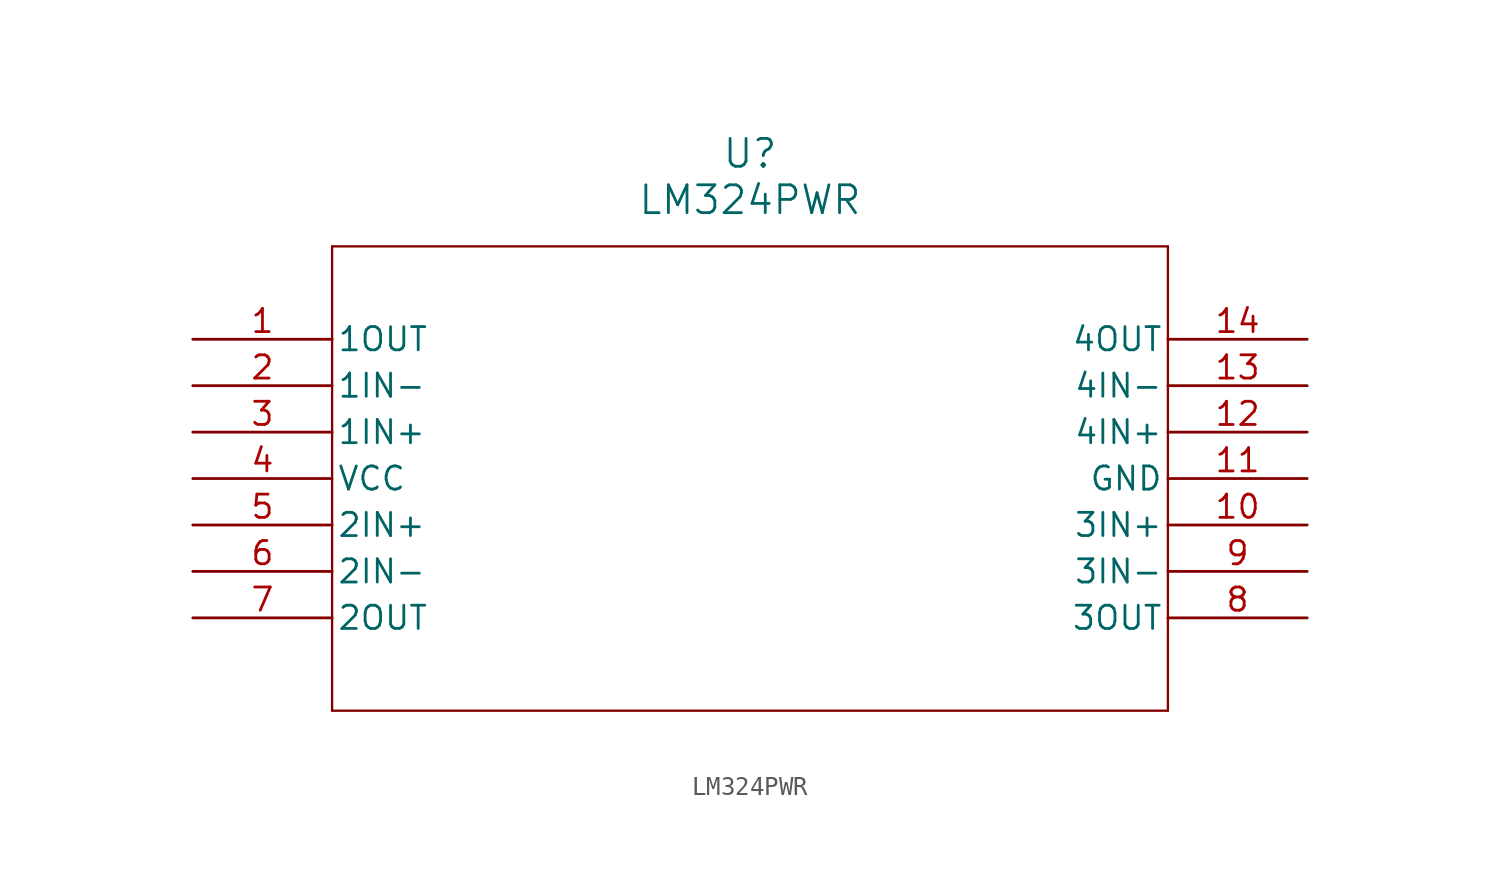
<source format=kicad_sym>
(kicad_symbol_lib
  (version 20211014)
  (generator kicad_symbol_editor)
  (symbol "LM324PWR"
    (pin_names
      (offset 0.254))
    (property "Reference" "U"
      (at 30.48 10.16 0)
      (effects (font (size 1.524 1.524))))
    (property "Value" "LM324PWR"
      (at 30.48 7.62 0)
      (effects (font (size 1.524 1.524))))
    (symbol "LM324PWR_0_1"
      (polyline (pts (xy 7.62 5.08) (xy 7.62 -20.32)) (stroke (width 0.127) (type default) (color 0 0 0 0)) (fill (type none)))
      (polyline (pts (xy 7.62 -20.32) (xy 53.34 -20.32)) (stroke (width 0.127) (type default) (color 0 0 0 0)) (fill (type none)))
      (polyline (pts (xy 53.34 -20.32) (xy 53.34 5.08)) (stroke (width 0.127) (type default) (color 0 0 0 0)) (fill (type none)))
      (polyline (pts (xy 53.34 5.08) (xy 7.62 5.08)) (stroke (width 0.127) (type default) (color 0 0 0 0)) (fill (type none)))
      (pin output line (at 0 0 0) (length 7.62) (name "1OUT" (effects (font (size 1.27 1.27)))) (number "1" (effects (font (size 1.27 1.27)))))
      (pin input line (at 0 -2.54 0) (length 7.62) (name "1IN-" (effects (font (size 1.27 1.27)))) (number "2" (effects (font (size 1.27 1.27)))))
      (pin input line (at 0 -5.08 0) (length 7.62) (name "1IN+" (effects (font (size 1.27 1.27)))) (number "3" (effects (font (size 1.27 1.27)))))
      (pin power_in line (at 0 -7.62 0) (length 7.62) (name "VCC" (effects (font (size 1.27 1.27)))) (number "4" (effects (font (size 1.27 1.27)))))
      (pin input line (at 0 -10.16 0) (length 7.62) (name "2IN+" (effects (font (size 1.27 1.27)))) (number "5" (effects (font (size 1.27 1.27)))))
      (pin input line (at 0 -12.7 0) (length 7.62) (name "2IN-" (effects (font (size 1.27 1.27)))) (number "6" (effects (font (size 1.27 1.27)))))
      (pin output line (at 0 -15.24 0) (length 7.62) (name "2OUT" (effects (font (size 1.27 1.27)))) (number "7" (effects (font (size 1.27 1.27)))))
      (pin output line (at 60.96 -15.24 180) (length 7.62) (name "3OUT" (effects (font (size 1.27 1.27)))) (number "8" (effects (font (size 1.27 1.27)))))
      (pin input line (at 60.96 -12.7 180) (length 7.62) (name "3IN-" (effects (font (size 1.27 1.27)))) (number "9" (effects (font (size 1.27 1.27)))))
      (pin input line (at 60.96 -10.16 180) (length 7.62) (name "3IN+" (effects (font (size 1.27 1.27)))) (number "10" (effects (font (size 1.27 1.27)))))
      (pin power_in line (at 60.96 -7.62 180) (length 7.62) (name "GND" (effects (font (size 1.27 1.27)))) (number "11" (effects (font (size 1.27 1.27)))))
      (pin input line (at 60.96 -5.08 180) (length 7.62) (name "4IN+" (effects (font (size 1.27 1.27)))) (number "12" (effects (font (size 1.27 1.27)))))
      (pin input line (at 60.96 -2.54 180) (length 7.62) (name "4IN-" (effects (font (size 1.27 1.27)))) (number "13" (effects (font (size 1.27 1.27)))))
      (pin output line (at 60.96 0 180) (length 7.62) (name "4OUT" (effects (font (size 1.27 1.27)))) (number "14" (effects (font (size 1.27 1.27))))))))
</source>
